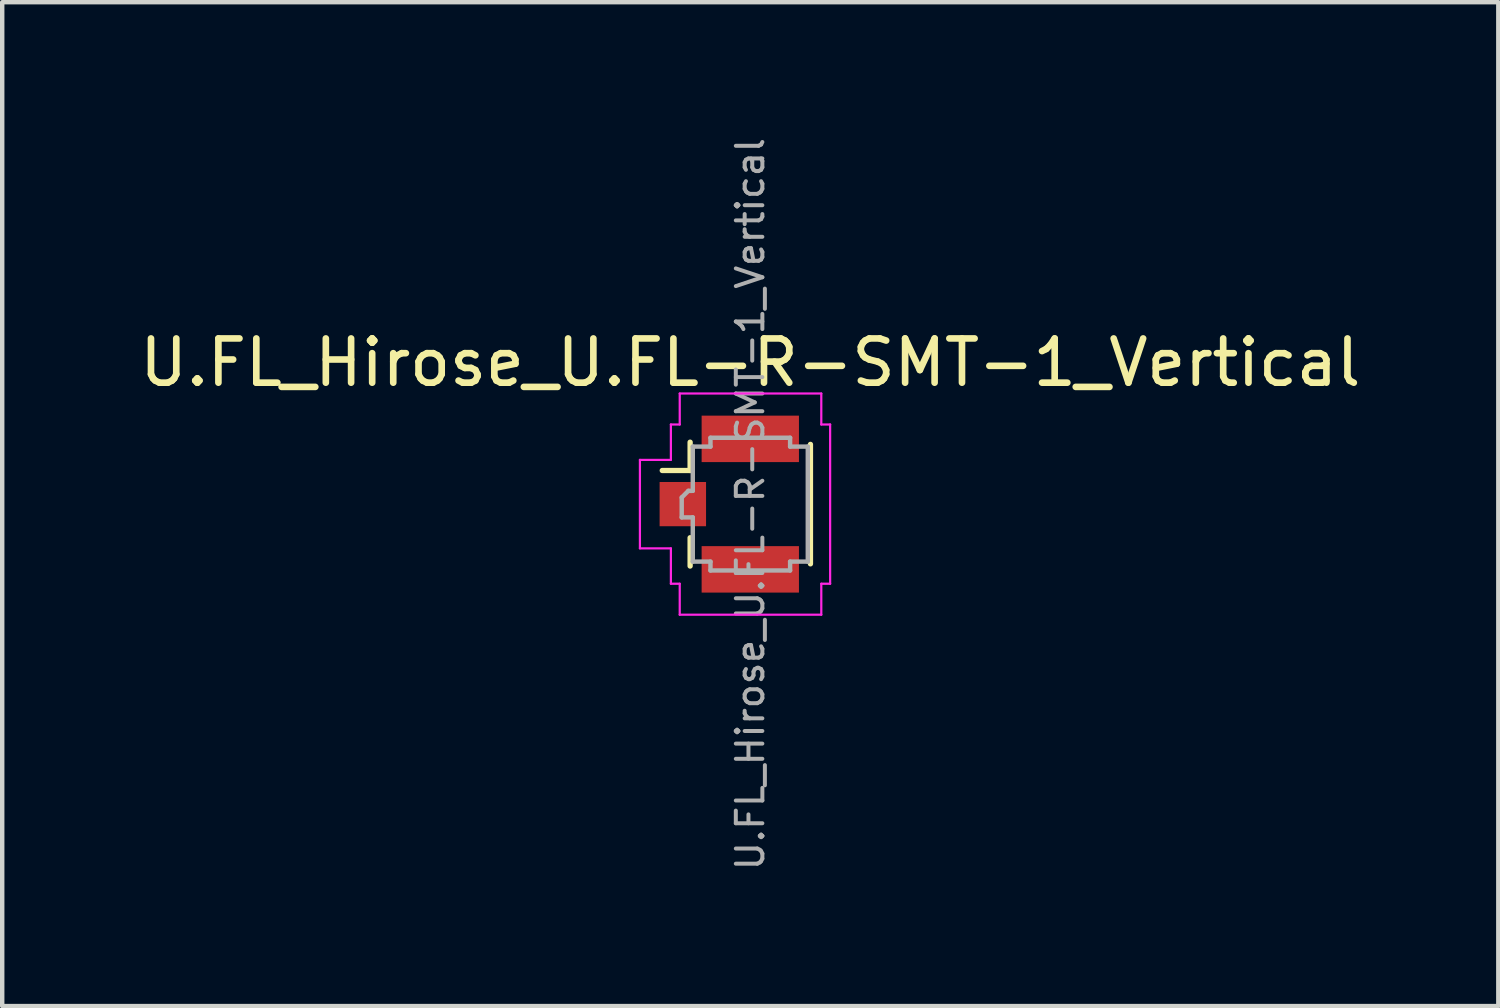
<source format=kicad_pcb>
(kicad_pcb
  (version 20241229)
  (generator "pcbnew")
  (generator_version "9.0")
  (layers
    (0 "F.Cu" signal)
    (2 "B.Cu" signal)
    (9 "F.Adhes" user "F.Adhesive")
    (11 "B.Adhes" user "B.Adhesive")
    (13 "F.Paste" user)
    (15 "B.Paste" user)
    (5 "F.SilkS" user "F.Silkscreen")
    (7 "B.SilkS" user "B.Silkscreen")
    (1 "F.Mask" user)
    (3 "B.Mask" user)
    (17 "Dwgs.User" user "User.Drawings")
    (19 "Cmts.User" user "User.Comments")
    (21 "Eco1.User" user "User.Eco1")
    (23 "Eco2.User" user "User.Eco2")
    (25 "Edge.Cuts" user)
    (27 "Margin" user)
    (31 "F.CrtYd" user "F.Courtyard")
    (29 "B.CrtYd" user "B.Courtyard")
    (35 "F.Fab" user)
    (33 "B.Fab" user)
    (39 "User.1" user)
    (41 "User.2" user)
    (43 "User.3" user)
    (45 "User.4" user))
  (footprint "U.FL_Hirose_U.FL-R-SMT-1_Vertical"
    (layer "F.Cu")
    (at 13.436 8.346)
    (property "Reference" "U.FL_Hirose_U.FL-R-SMT-1_Vertical" (at 0.475 -3.2 0) (layer "F.SilkS") (effects (font (size 1 1) (thickness 0.15))))
    (attr smd)
    (fp_line (start -0.885 -1.4) (end -0.885 -0.76) (stroke (width 0.12) (type solid)) (layer "F.SilkS"))
    (fp_line (start -0.885 -0.76) (end -1.515 -0.76) (stroke (width 0.12) (type solid)) (layer "F.SilkS"))
    (fp_line (start -0.885 1.4) (end -0.885 0.76) (stroke (width 0.12) (type solid)) (layer "F.SilkS"))
    (fp_line (start 1.835 -1.35) (end 1.835 1.35) (stroke (width 0.12) (type solid)) (layer "F.SilkS"))
    (fp_line (start -2.02 1) (end -2.02 -1) (stroke (width 0.05) (type solid)) (layer "F.CrtYd"))
    (fp_line (start -1.32 -1.8) (end -1.12 -1.8) (stroke (width 0.05) (type solid)) (layer "F.CrtYd"))
    (fp_line (start -1.32 -1) (end -2.02 -1) (stroke (width 0.05) (type solid)) (layer "F.CrtYd"))
    (fp_line (start -1.32 -1) (end -1.32 -1.8) (stroke (width 0.05) (type solid)) (layer "F.CrtYd"))
    (fp_line (start -1.32 1) (end -2.02 1) (stroke (width 0.05) (type solid)) (layer "F.CrtYd"))
    (fp_line (start -1.32 1.8) (end -1.32 1) (stroke (width 0.05) (type solid)) (layer "F.CrtYd"))
    (fp_line (start -1.32 1.8) (end -1.12 1.8) (stroke (width 0.05) (type solid)) (layer "F.CrtYd"))
    (fp_line (start -1.12 -1.8) (end -1.12 -2.5) (stroke (width 0.05) (type solid)) (layer "F.CrtYd"))
    (fp_line (start -1.12 2.5) (end -1.12 1.8) (stroke (width 0.05) (type solid)) (layer "F.CrtYd"))
    (fp_line (start 2.08 -2.5) (end -1.12 -2.5) (stroke (width 0.05) (type solid)) (layer "F.CrtYd"))
    (fp_line (start 2.08 -1.8) (end 2.08 -2.5) (stroke (width 0.05) (type solid)) (layer "F.CrtYd"))
    (fp_line (start 2.08 -1.8) (end 2.28 -1.8) (stroke (width 0.05) (type solid)) (layer "F.CrtYd"))
    (fp_line (start 2.08 1.8) (end 2.28 1.8) (stroke (width 0.05) (type solid)) (layer "F.CrtYd"))
    (fp_line (start 2.08 2.5) (end -1.12 2.5) (stroke (width 0.05) (type solid)) (layer "F.CrtYd"))
    (fp_line (start 2.08 2.5) (end 2.08 1.8) (stroke (width 0.05) (type solid)) (layer "F.CrtYd"))
    (fp_line (start 2.28 1.8) (end 2.28 -1.8) (stroke (width 0.05) (type solid)) (layer "F.CrtYd"))
    (fp_line (start -1.075 0.3) (end -1.075 -0.15) (stroke (width 0.1) (type solid)) (layer "F.Fab"))
    (fp_line (start -1.075 0.3) (end -0.825 0.3) (stroke (width 0.1) (type solid)) (layer "F.Fab"))
    (fp_line (start -0.925 -0.3) (end -1.075 -0.15) (stroke (width 0.1) (type solid)) (layer "F.Fab"))
    (fp_line (start -0.925 -0.3) (end -0.825 -0.3) (stroke (width 0.1) (type solid)) (layer "F.Fab"))
    (fp_line (start -0.825 -0.3) (end -0.825 -1.3) (stroke (width 0.1) (type solid)) (layer "F.Fab"))
    (fp_line (start -0.825 0.3) (end -0.825 1.3) (stroke (width 0.1) (type solid)) (layer "F.Fab"))
    (fp_line (start -0.425 -1.5) (end -0.425 -1.3) (stroke (width 0.1) (type solid)) (layer "F.Fab"))
    (fp_line (start -0.425 -1.5) (end 1.375 -1.5) (stroke (width 0.1) (type solid)) (layer "F.Fab"))
    (fp_line (start -0.425 -1.3) (end -0.825 -1.3) (stroke (width 0.1) (type solid)) (layer "F.Fab"))
    (fp_line (start -0.425 1.3) (end -0.825 1.3) (stroke (width 0.1) (type solid)) (layer "F.Fab"))
    (fp_line (start -0.425 1.5) (end -0.425 1.3) (stroke (width 0.1) (type solid)) (layer "F.Fab"))
    (fp_line (start -0.425 1.5) (end 1.375 1.5) (stroke (width 0.1) (type solid)) (layer "F.Fab"))
    (fp_line (start 1.375 -1.5) (end 1.375 -1.3) (stroke (width 0.1) (type solid)) (layer "F.Fab"))
    (fp_line (start 1.375 1.5) (end 1.375 1.3) (stroke (width 0.1) (type solid)) (layer "F.Fab"))
    (fp_line (start 1.775 -1.3) (end 1.375 -1.3) (stroke (width 0.1) (type solid)) (layer "F.Fab"))
    (fp_line (start 1.775 -1.3) (end 1.775 1.3) (stroke (width 0.1) (type solid)) (layer "F.Fab"))
    (fp_line (start 1.775 1.3) (end 1.375 1.3) (stroke (width 0.1) (type solid)) (layer "F.Fab"))
    (fp_text user "${REFERENCE}" (at 0.475 0 90) (layer "F.Fab") (effects (font (size 0.6 0.6) (thickness 0.09))))
    (pad "1" smd rect (at -1.05 0) (size 1.05 1) (layers "F.Cu" "F.Mask" "F.Paste"))
    (pad "2" smd rect (at 0.475 -1.475) (size 2.2 1.05) (layers "F.Cu" "F.Mask" "F.Paste"))
    (pad "2" smd rect (at 0.475 1.475) (size 2.2 1.05) (layers "F.Cu" "F.Mask" "F.Paste")))
  (gr_rect
    (start -3 -3)
    (end 30.821 19.693)
    (stroke (width 0.1) (type default))
    (fill no)
    (layer "Edge.Cuts")))
</source>
